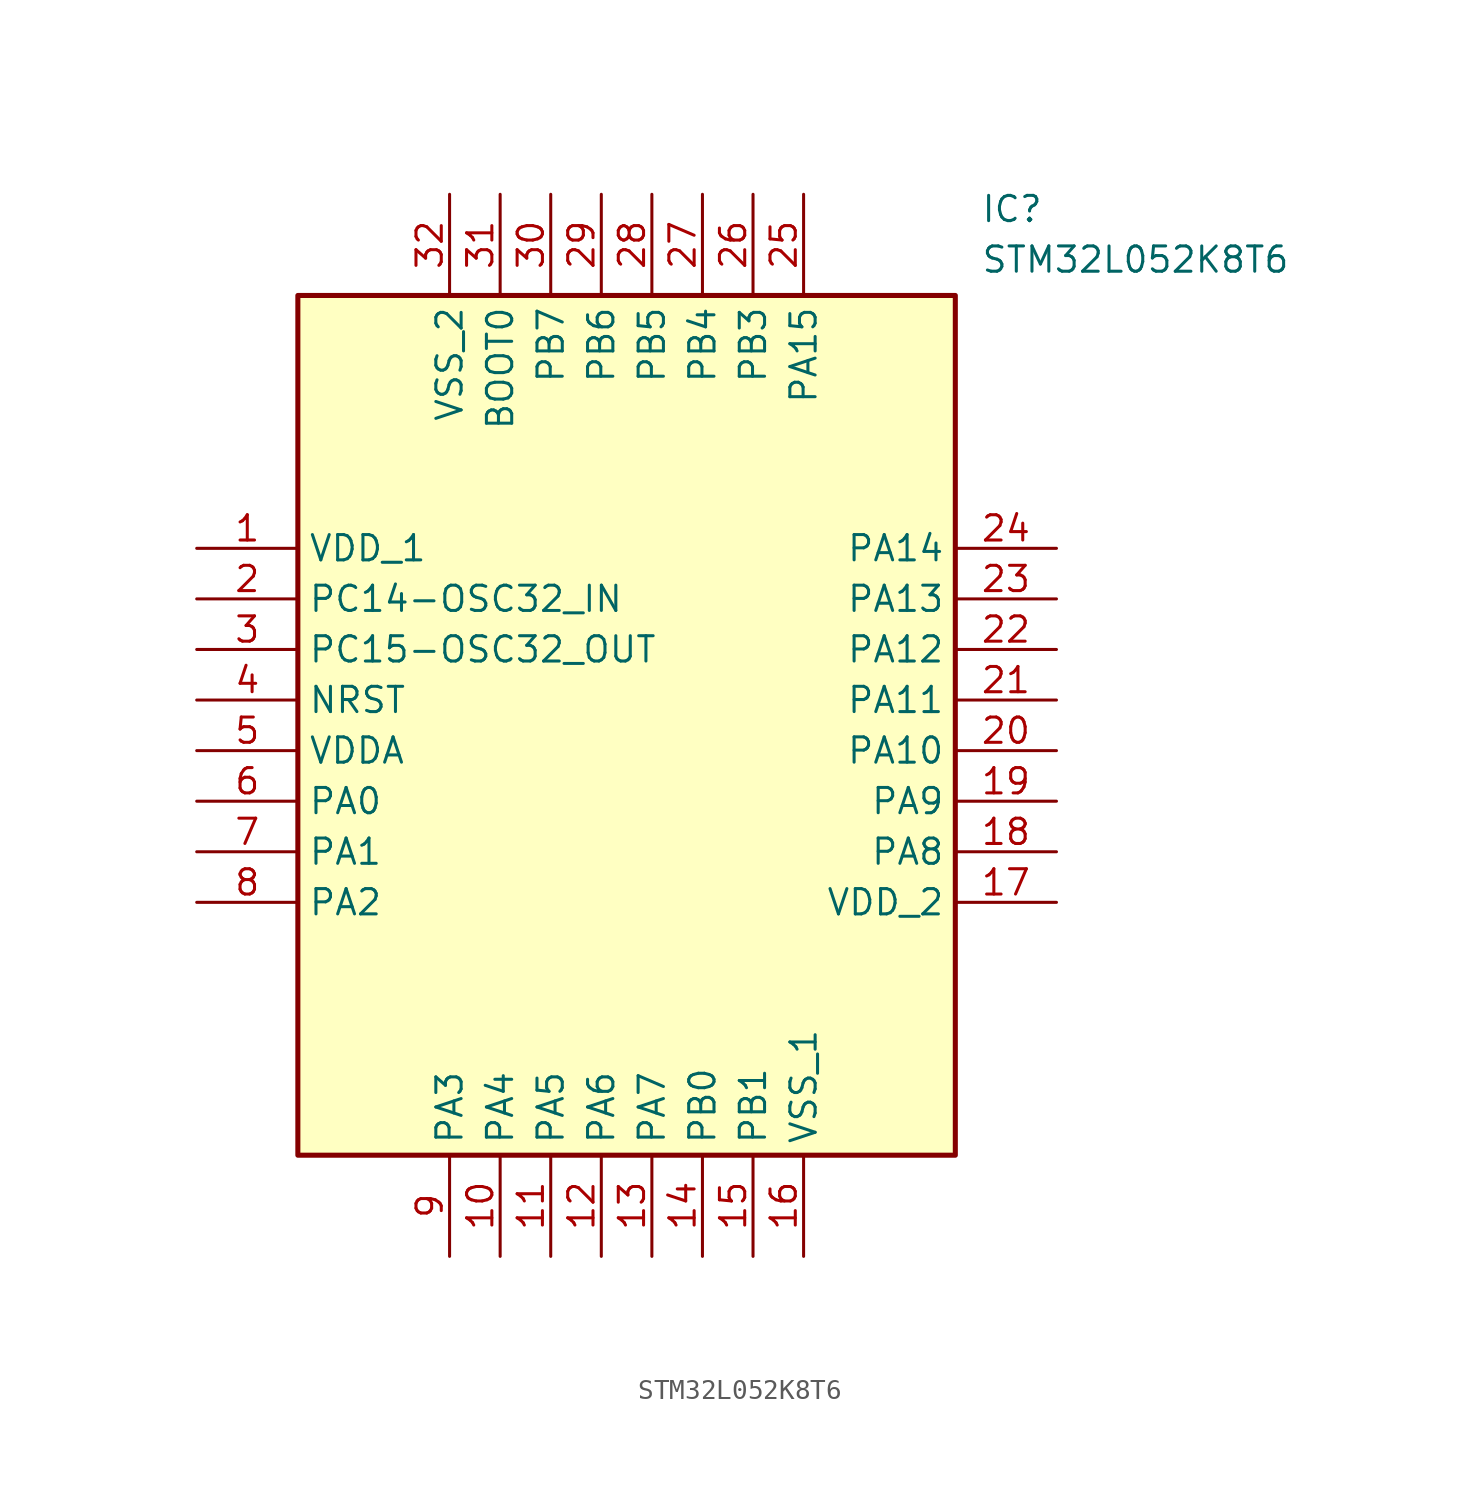
<source format=kicad_sym>
(kicad_symbol_lib
  (version 20211014)
  (generator SamacSys_ECAD_Model)
  (symbol "STM32L052K8T6"
    (property "Reference" "IC"
      (at 39.37 17.78 0)
      (effects (font (size 1.27 1.27)) (justify left top)))
    (property "Value" "STM32L052K8T6"
      (at 39.37 15.24 0)
      (effects (font (size 1.27 1.27)) (justify left top)))
    (rectangle
      (start 5.08 12.7)
      (end 38.1 -30.48)
      (stroke (width 0.254) (type default))
      (fill (type background)))
    (pin power_in line
      (at 0 0 0)
      (length 5.08)
      (name "VDD_1" (effects (font (size 1.27 1.27))))
      (number "1" (effects (font (size 1.27 1.27)))))
    (pin bidirectional line
      (at 0 -2.54 0)
      (length 5.08)
      (name "PC14-OSC32_IN" (effects (font (size 1.27 1.27))))
      (number "2" (effects (font (size 1.27 1.27)))))
    (pin bidirectional line
      (at 0 -5.08 0)
      (length 5.08)
      (name "PC15-OSC32_OUT" (effects (font (size 1.27 1.27))))
      (number "3" (effects (font (size 1.27 1.27)))))
    (pin bidirectional line
      (at 0 -7.62 0)
      (length 5.08)
      (name "NRST" (effects (font (size 1.27 1.27))))
      (number "4" (effects (font (size 1.27 1.27)))))
    (pin power_in line
      (at 0 -10.16 0)
      (length 5.08)
      (name "VDDA" (effects (font (size 1.27 1.27))))
      (number "5" (effects (font (size 1.27 1.27)))))
    (pin bidirectional line
      (at 0 -12.7 0)
      (length 5.08)
      (name "PA0" (effects (font (size 1.27 1.27))))
      (number "6" (effects (font (size 1.27 1.27)))))
    (pin bidirectional line
      (at 0 -15.24 0)
      (length 5.08)
      (name "PA1" (effects (font (size 1.27 1.27))))
      (number "7" (effects (font (size 1.27 1.27)))))
    (pin bidirectional line
      (at 0 -17.78 0)
      (length 5.08)
      (name "PA2" (effects (font (size 1.27 1.27))))
      (number "8" (effects (font (size 1.27 1.27)))))
    (pin bidirectional line
      (at 12.7 -35.56 90)
      (length 5.08)
      (name "PA3" (effects (font (size 1.27 1.27))))
      (number "9" (effects (font (size 1.27 1.27)))))
    (pin bidirectional line
      (at 15.24 -35.56 90)
      (length 5.08)
      (name "PA4" (effects (font (size 1.27 1.27))))
      (number "10" (effects (font (size 1.27 1.27)))))
    (pin bidirectional line
      (at 17.78 -35.56 90)
      (length 5.08)
      (name "PA5" (effects (font (size 1.27 1.27))))
      (number "11" (effects (font (size 1.27 1.27)))))
    (pin bidirectional line
      (at 20.32 -35.56 90)
      (length 5.08)
      (name "PA6" (effects (font (size 1.27 1.27))))
      (number "12" (effects (font (size 1.27 1.27)))))
    (pin bidirectional line
      (at 22.86 -35.56 90)
      (length 5.08)
      (name "PA7" (effects (font (size 1.27 1.27))))
      (number "13" (effects (font (size 1.27 1.27)))))
    (pin bidirectional line
      (at 25.4 -35.56 90)
      (length 5.08)
      (name "PB0" (effects (font (size 1.27 1.27))))
      (number "14" (effects (font (size 1.27 1.27)))))
    (pin bidirectional line
      (at 27.94 -35.56 90)
      (length 5.08)
      (name "PB1" (effects (font (size 1.27 1.27))))
      (number "15" (effects (font (size 1.27 1.27)))))
    (pin power_in line
      (at 30.48 -35.56 90)
      (length 5.08)
      (name "VSS_1" (effects (font (size 1.27 1.27))))
      (number "16" (effects (font (size 1.27 1.27)))))
    (pin bidirectional line
      (at 43.18 0 180)
      (length 5.08)
      (name "PA14" (effects (font (size 1.27 1.27))))
      (number "24" (effects (font (size 1.27 1.27)))))
    (pin bidirectional line
      (at 43.18 -2.54 180)
      (length 5.08)
      (name "PA13" (effects (font (size 1.27 1.27))))
      (number "23" (effects (font (size 1.27 1.27)))))
    (pin bidirectional line
      (at 43.18 -5.08 180)
      (length 5.08)
      (name "PA12" (effects (font (size 1.27 1.27))))
      (number "22" (effects (font (size 1.27 1.27)))))
    (pin bidirectional line
      (at 43.18 -7.62 180)
      (length 5.08)
      (name "PA11" (effects (font (size 1.27 1.27))))
      (number "21" (effects (font (size 1.27 1.27)))))
    (pin bidirectional line
      (at 43.18 -10.16 180)
      (length 5.08)
      (name "PA10" (effects (font (size 1.27 1.27))))
      (number "20" (effects (font (size 1.27 1.27)))))
    (pin bidirectional line
      (at 43.18 -12.7 180)
      (length 5.08)
      (name "PA9" (effects (font (size 1.27 1.27))))
      (number "19" (effects (font (size 1.27 1.27)))))
    (pin bidirectional line
      (at 43.18 -15.24 180)
      (length 5.08)
      (name "PA8" (effects (font (size 1.27 1.27))))
      (number "18" (effects (font (size 1.27 1.27)))))
    (pin power_in line
      (at 43.18 -17.78 180)
      (length 5.08)
      (name "VDD_2" (effects (font (size 1.27 1.27))))
      (number "17" (effects (font (size 1.27 1.27)))))
    (pin power_in line
      (at 12.7 17.78 270)
      (length 5.08)
      (name "VSS_2" (effects (font (size 1.27 1.27))))
      (number "32" (effects (font (size 1.27 1.27)))))
    (pin input line
      (at 15.24 17.78 270)
      (length 5.08)
      (name "BOOT0" (effects (font (size 1.27 1.27))))
      (number "31" (effects (font (size 1.27 1.27)))))
    (pin bidirectional line
      (at 17.78 17.78 270)
      (length 5.08)
      (name "PB7" (effects (font (size 1.27 1.27))))
      (number "30" (effects (font (size 1.27 1.27)))))
    (pin bidirectional line
      (at 20.32 17.78 270)
      (length 5.08)
      (name "PB6" (effects (font (size 1.27 1.27))))
      (number "29" (effects (font (size 1.27 1.27)))))
    (pin bidirectional line
      (at 22.86 17.78 270)
      (length 5.08)
      (name "PB5" (effects (font (size 1.27 1.27))))
      (number "28" (effects (font (size 1.27 1.27)))))
    (pin bidirectional line
      (at 25.4 17.78 270)
      (length 5.08)
      (name "PB4" (effects (font (size 1.27 1.27))))
      (number "27" (effects (font (size 1.27 1.27)))))
    (pin bidirectional line
      (at 27.94 17.78 270)
      (length 5.08)
      (name "PB3" (effects (font (size 1.27 1.27))))
      (number "26" (effects (font (size 1.27 1.27)))))
    (pin bidirectional line
      (at 30.48 17.78 270)
      (length 5.08)
      (name "PA15" (effects (font (size 1.27 1.27))))
      (number "25" (effects (font (size 1.27 1.27)))))))
</source>
